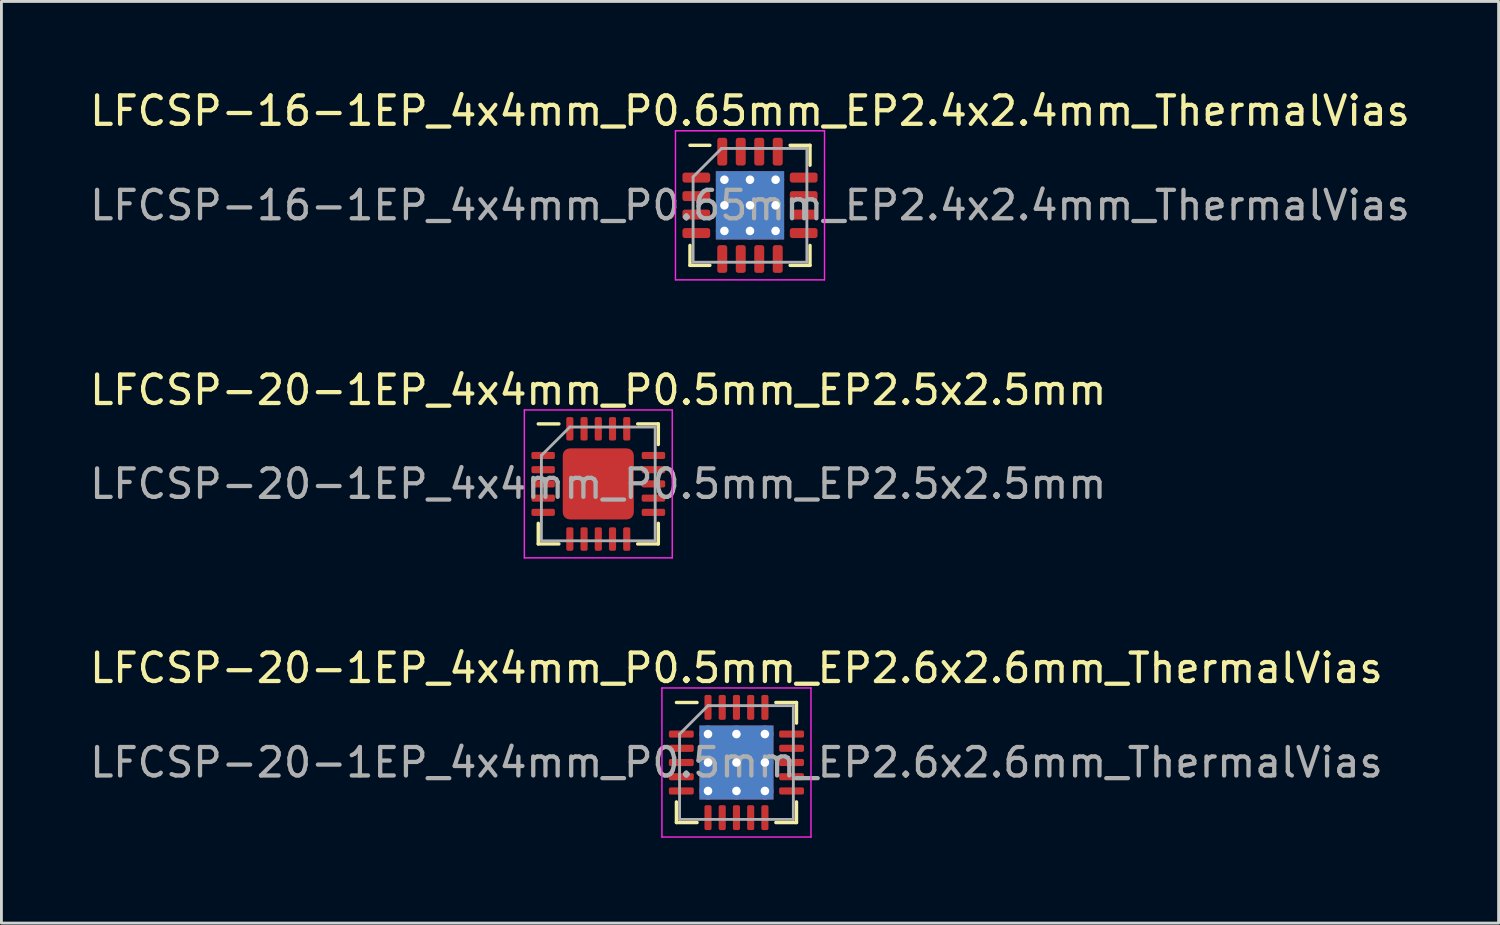
<source format=kicad_pcb>
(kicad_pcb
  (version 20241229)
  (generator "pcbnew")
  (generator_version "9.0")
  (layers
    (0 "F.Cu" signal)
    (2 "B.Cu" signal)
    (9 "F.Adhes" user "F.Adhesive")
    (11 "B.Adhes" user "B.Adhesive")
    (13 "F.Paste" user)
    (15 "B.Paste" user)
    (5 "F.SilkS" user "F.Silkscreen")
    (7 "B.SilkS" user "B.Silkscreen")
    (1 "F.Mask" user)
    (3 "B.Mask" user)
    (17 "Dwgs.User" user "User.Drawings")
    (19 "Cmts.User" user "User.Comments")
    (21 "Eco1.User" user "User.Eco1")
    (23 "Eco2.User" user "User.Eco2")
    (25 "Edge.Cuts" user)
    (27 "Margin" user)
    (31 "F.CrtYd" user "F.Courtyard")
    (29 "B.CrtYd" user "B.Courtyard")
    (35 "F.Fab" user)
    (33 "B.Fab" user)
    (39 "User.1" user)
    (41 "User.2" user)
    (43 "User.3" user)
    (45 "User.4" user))
  (footprint "LFCSP-16-1EP_4x4mm_P0.65mm_EP2.4x2.4mm_ThermalVias"
    (layer "F.Cu")
    (at 23.315 4.168)
    (property "Reference" "LFCSP-16-1EP_4x4mm_P0.65mm_EP2.4x2.4mm_ThermalVias" (at 0 -3.32 0) (layer "F.SilkS") (effects (font (size 1 1) (thickness 0.15))))
    (attr smd)
    (fp_line (start -2.11 2.11) (end -2.11 1.41) (stroke (width 0.12) (type solid)) (layer "F.SilkS"))
    (fp_line (start -1.41 -2.11) (end -2.11 -2.11) (stroke (width 0.12) (type solid)) (layer "F.SilkS"))
    (fp_line (start -1.41 2.11) (end -2.11 2.11) (stroke (width 0.12) (type solid)) (layer "F.SilkS"))
    (fp_line (start 1.41 -2.11) (end 2.11 -2.11) (stroke (width 0.12) (type solid)) (layer "F.SilkS"))
    (fp_line (start 1.41 2.11) (end 2.11 2.11) (stroke (width 0.12) (type solid)) (layer "F.SilkS"))
    (fp_line (start 2.11 -2.11) (end 2.11 -1.41) (stroke (width 0.12) (type solid)) (layer "F.SilkS"))
    (fp_line (start 2.11 2.11) (end 2.11 1.41) (stroke (width 0.12) (type solid)) (layer "F.SilkS"))
    (fp_line (start -2.62 -2.62) (end -2.62 2.62) (stroke (width 0.05) (type solid)) (layer "F.CrtYd"))
    (fp_line (start -2.62 2.62) (end 2.62 2.62) (stroke (width 0.05) (type solid)) (layer "F.CrtYd"))
    (fp_line (start 2.62 -2.62) (end -2.62 -2.62) (stroke (width 0.05) (type solid)) (layer "F.CrtYd"))
    (fp_line (start 2.62 2.62) (end 2.62 -2.62) (stroke (width 0.05) (type solid)) (layer "F.CrtYd"))
    (fp_line (start -2 -1) (end -1 -2) (stroke (width 0.1) (type solid)) (layer "F.Fab"))
    (fp_line (start -2 2) (end -2 -1) (stroke (width 0.1) (type solid)) (layer "F.Fab"))
    (fp_line (start -1 -2) (end 2 -2) (stroke (width 0.1) (type solid)) (layer "F.Fab"))
    (fp_line (start 2 -2) (end 2 2) (stroke (width 0.1) (type solid)) (layer "F.Fab"))
    (fp_line (start 2 2) (end -2 2) (stroke (width 0.1) (type solid)) (layer "F.Fab"))
    (fp_text user "${REFERENCE}" (at 0 0 0) (layer "F.Fab") (effects (font (size 1 1) (thickness 0.15))))
    (pad "" smd roundrect (at -0.6 -0.6) (size 1.04 1.04) (layers "F.Paste") (roundrect_rratio 0.24))
    (pad "" smd roundrect (at -0.6 0.6) (size 1.04 1.04) (layers "F.Paste") (roundrect_rratio 0.24))
    (pad "" smd roundrect (at 0.6 -0.6) (size 1.04 1.04) (layers "F.Paste") (roundrect_rratio 0.24))
    (pad "" smd roundrect (at 0.6 0.6) (size 1.04 1.04) (layers "F.Paste") (roundrect_rratio 0.24))
    (pad "1" smd roundrect (at -1.887 -0.975) (size 0.975 0.35) (layers "F.Cu" "F.Mask" "F.Paste") (roundrect_rratio 0.25))
    (pad "2" smd roundrect (at -1.887 -0.325) (size 0.975 0.35) (layers "F.Cu" "F.Mask" "F.Paste") (roundrect_rratio 0.25))
    (pad "3" smd roundrect (at -1.887 0.325) (size 0.975 0.35) (layers "F.Cu" "F.Mask" "F.Paste") (roundrect_rratio 0.25))
    (pad "4" smd roundrect (at -1.887 0.975) (size 0.975 0.35) (layers "F.Cu" "F.Mask" "F.Paste") (roundrect_rratio 0.25))
    (pad "5" smd roundrect (at -0.975 1.887) (size 0.35 0.975) (layers "F.Cu" "F.Mask" "F.Paste") (roundrect_rratio 0.25))
    (pad "6" smd roundrect (at -0.325 1.887) (size 0.35 0.975) (layers "F.Cu" "F.Mask" "F.Paste") (roundrect_rratio 0.25))
    (pad "7" smd roundrect (at 0.325 1.887) (size 0.35 0.975) (layers "F.Cu" "F.Mask" "F.Paste") (roundrect_rratio 0.25))
    (pad "8" smd roundrect (at 0.975 1.887) (size 0.35 0.975) (layers "F.Cu" "F.Mask" "F.Paste") (roundrect_rratio 0.25))
    (pad "9" smd roundrect (at 1.887 0.975) (size 0.975 0.35) (layers "F.Cu" "F.Mask" "F.Paste") (roundrect_rratio 0.25))
    (pad "10" smd roundrect (at 1.887 0.325) (size 0.975 0.35) (layers "F.Cu" "F.Mask" "F.Paste") (roundrect_rratio 0.25))
    (pad "11" smd roundrect (at 1.887 -0.325) (size 0.975 0.35) (layers "F.Cu" "F.Mask" "F.Paste") (roundrect_rratio 0.25))
    (pad "12" smd roundrect (at 1.887 -0.975) (size 0.975 0.35) (layers "F.Cu" "F.Mask" "F.Paste") (roundrect_rratio 0.25))
    (pad "13" smd roundrect (at 0.975 -1.887) (size 0.35 0.975) (layers "F.Cu" "F.Mask" "F.Paste") (roundrect_rratio 0.25))
    (pad "14" smd roundrect (at 0.325 -1.887) (size 0.35 0.975) (layers "F.Cu" "F.Mask" "F.Paste") (roundrect_rratio 0.25))
    (pad "15" smd roundrect (at -0.325 -1.887) (size 0.35 0.975) (layers "F.Cu" "F.Mask" "F.Paste") (roundrect_rratio 0.25))
    (pad "16" smd roundrect (at -0.975 -1.887) (size 0.35 0.975) (layers "F.Cu" "F.Mask" "F.Paste") (roundrect_rratio 0.25))
    (pad "17" thru_hole circle (at -0.9 -0.9) (size 0.6 0.6) (drill 0.3) (layers "*.Cu"))
    (pad "17" thru_hole circle (at -0.9 0) (size 0.6 0.6) (drill 0.3) (layers "*.Cu"))
    (pad "17" thru_hole circle (at -0.9 0.9) (size 0.6 0.6) (drill 0.3) (layers "*.Cu"))
    (pad "17" thru_hole circle (at 0 -0.9) (size 0.6 0.6) (drill 0.3) (layers "*.Cu"))
    (pad "17" thru_hole circle (at 0 0) (size 0.6 0.6) (drill 0.3) (layers "*.Cu"))
    (pad "17" smd rect (at 0 0) (size 2.4 2.4) (layers "F.Cu" "F.Mask"))
    (pad "17" smd rect (at 0 0) (size 2.4 2.4) (layers "B.Cu"))
    (pad "17" thru_hole circle (at 0 0.9) (size 0.6 0.6) (drill 0.3) (layers "*.Cu"))
    (pad "17" thru_hole circle (at 0.9 -0.9) (size 0.6 0.6) (drill 0.3) (layers "*.Cu"))
    (pad "17" thru_hole circle (at 0.9 0) (size 0.6 0.6) (drill 0.3) (layers "*.Cu"))
    (pad "17" thru_hole circle (at 0.9 0.9) (size 0.6 0.6) (drill 0.3) (layers "*.Cu")))
  (footprint "LFCSP-20-1EP_4x4mm_P0.5mm_EP2.6x2.6mm_ThermalVias"
    (layer "F.Cu")
    (at 22.839 23.755)
    (property "Reference" "LFCSP-20-1EP_4x4mm_P0.5mm_EP2.6x2.6mm_ThermalVias" (at 0 -3.32 0) (layer "F.SilkS") (effects (font (size 1 1) (thickness 0.15))))
    (attr smd)
    (fp_line (start -2.11 2.11) (end -2.11 1.385) (stroke (width 0.12) (type solid)) (layer "F.SilkS"))
    (fp_line (start -1.385 -2.11) (end -2.11 -2.11) (stroke (width 0.12) (type solid)) (layer "F.SilkS"))
    (fp_line (start -1.385 2.11) (end -2.11 2.11) (stroke (width 0.12) (type solid)) (layer "F.SilkS"))
    (fp_line (start 1.385 -2.11) (end 2.11 -2.11) (stroke (width 0.12) (type solid)) (layer "F.SilkS"))
    (fp_line (start 1.385 2.11) (end 2.11 2.11) (stroke (width 0.12) (type solid)) (layer "F.SilkS"))
    (fp_line (start 2.11 -2.11) (end 2.11 -1.385) (stroke (width 0.12) (type solid)) (layer "F.SilkS"))
    (fp_line (start 2.11 2.11) (end 2.11 1.385) (stroke (width 0.12) (type solid)) (layer "F.SilkS"))
    (fp_line (start -2.62 -2.62) (end -2.62 2.62) (stroke (width 0.05) (type solid)) (layer "F.CrtYd"))
    (fp_line (start -2.62 2.62) (end 2.62 2.62) (stroke (width 0.05) (type solid)) (layer "F.CrtYd"))
    (fp_line (start 2.62 -2.62) (end -2.62 -2.62) (stroke (width 0.05) (type solid)) (layer "F.CrtYd"))
    (fp_line (start 2.62 2.62) (end 2.62 -2.62) (stroke (width 0.05) (type solid)) (layer "F.CrtYd"))
    (fp_line (start -2 -1) (end -1 -2) (stroke (width 0.1) (type solid)) (layer "F.Fab"))
    (fp_line (start -2 2) (end -2 -1) (stroke (width 0.1) (type solid)) (layer "F.Fab"))
    (fp_line (start -1 -2) (end 2 -2) (stroke (width 0.1) (type solid)) (layer "F.Fab"))
    (fp_line (start 2 -2) (end 2 2) (stroke (width 0.1) (type solid)) (layer "F.Fab"))
    (fp_line (start 2 2) (end -2 2) (stroke (width 0.1) (type solid)) (layer "F.Fab"))
    (fp_text user "${REFERENCE}" (at 0 0 0) (layer "F.Fab") (effects (font (size 1 1) (thickness 0.15))))
    (pad "" smd roundrect (at -0.65 -0.65) (size 1.09 1.09) (layers "F.Paste") (roundrect_rratio 0.229))
    (pad "" smd roundrect (at -0.65 0.65) (size 1.09 1.09) (layers "F.Paste") (roundrect_rratio 0.229))
    (pad "" smd roundrect (at 0.65 -0.65) (size 1.09 1.09) (layers "F.Paste") (roundrect_rratio 0.229))
    (pad "" smd roundrect (at 0.65 0.65) (size 1.09 1.09) (layers "F.Paste") (roundrect_rratio 0.229))
    (pad "1" smd roundrect (at -1.938 -1) (size 0.875 0.25) (layers "F.Cu" "F.Mask" "F.Paste") (roundrect_rratio 0.25))
    (pad "2" smd roundrect (at -1.938 -0.5) (size 0.875 0.25) (layers "F.Cu" "F.Mask" "F.Paste") (roundrect_rratio 0.25))
    (pad "3" smd roundrect (at -1.938 0) (size 0.875 0.25) (layers "F.Cu" "F.Mask" "F.Paste") (roundrect_rratio 0.25))
    (pad "4" smd roundrect (at -1.938 0.5) (size 0.875 0.25) (layers "F.Cu" "F.Mask" "F.Paste") (roundrect_rratio 0.25))
    (pad "5" smd roundrect (at -1.938 1) (size 0.875 0.25) (layers "F.Cu" "F.Mask" "F.Paste") (roundrect_rratio 0.25))
    (pad "6" smd roundrect (at -1 1.938) (size 0.25 0.875) (layers "F.Cu" "F.Mask" "F.Paste") (roundrect_rratio 0.25))
    (pad "7" smd roundrect (at -0.5 1.938) (size 0.25 0.875) (layers "F.Cu" "F.Mask" "F.Paste") (roundrect_rratio 0.25))
    (pad "8" smd roundrect (at 0 1.938) (size 0.25 0.875) (layers "F.Cu" "F.Mask" "F.Paste") (roundrect_rratio 0.25))
    (pad "9" smd roundrect (at 0.5 1.938) (size 0.25 0.875) (layers "F.Cu" "F.Mask" "F.Paste") (roundrect_rratio 0.25))
    (pad "10" smd roundrect (at 1 1.938) (size 0.25 0.875) (layers "F.Cu" "F.Mask" "F.Paste") (roundrect_rratio 0.25))
    (pad "11" smd roundrect (at 1.938 1) (size 0.875 0.25) (layers "F.Cu" "F.Mask" "F.Paste") (roundrect_rratio 0.25))
    (pad "12" smd roundrect (at 1.938 0.5) (size 0.875 0.25) (layers "F.Cu" "F.Mask" "F.Paste") (roundrect_rratio 0.25))
    (pad "13" smd roundrect (at 1.938 0) (size 0.875 0.25) (layers "F.Cu" "F.Mask" "F.Paste") (roundrect_rratio 0.25))
    (pad "14" smd roundrect (at 1.938 -0.5) (size 0.875 0.25) (layers "F.Cu" "F.Mask" "F.Paste") (roundrect_rratio 0.25))
    (pad "15" smd roundrect (at 1.938 -1) (size 0.875 0.25) (layers "F.Cu" "F.Mask" "F.Paste") (roundrect_rratio 0.25))
    (pad "16" smd roundrect (at 1 -1.938) (size 0.25 0.875) (layers "F.Cu" "F.Mask" "F.Paste") (roundrect_rratio 0.25))
    (pad "17" smd roundrect (at 0.5 -1.938) (size 0.25 0.875) (layers "F.Cu" "F.Mask" "F.Paste") (roundrect_rratio 0.25))
    (pad "18" smd roundrect (at 0 -1.938) (size 0.25 0.875) (layers "F.Cu" "F.Mask" "F.Paste") (roundrect_rratio 0.25))
    (pad "19" smd roundrect (at -0.5 -1.938) (size 0.25 0.875) (layers "F.Cu" "F.Mask" "F.Paste") (roundrect_rratio 0.25))
    (pad "20" smd roundrect (at -1 -1.938) (size 0.25 0.875) (layers "F.Cu" "F.Mask" "F.Paste") (roundrect_rratio 0.25))
    (pad "21" thru_hole circle (at -1 -1) (size 0.6 0.6) (drill 0.3) (layers "*.Cu"))
    (pad "21" thru_hole circle (at -1 0) (size 0.6 0.6) (drill 0.3) (layers "*.Cu"))
    (pad "21" thru_hole circle (at -1 1) (size 0.6 0.6) (drill 0.3) (layers "*.Cu"))
    (pad "21" thru_hole circle (at 0 -1) (size 0.6 0.6) (drill 0.3) (layers "*.Cu"))
    (pad "21" thru_hole circle (at 0 0) (size 0.6 0.6) (drill 0.3) (layers "*.Cu"))
    (pad "21" smd rect (at 0 0) (size 2.6 2.6) (layers "F.Cu" "F.Mask"))
    (pad "21" smd rect (at 0 0) (size 2.6 2.6) (layers "B.Cu"))
    (pad "21" thru_hole circle (at 0 1) (size 0.6 0.6) (drill 0.3) (layers "*.Cu"))
    (pad "21" thru_hole circle (at 1 -1) (size 0.6 0.6) (drill 0.3) (layers "*.Cu"))
    (pad "21" thru_hole circle (at 1 0) (size 0.6 0.6) (drill 0.3) (layers "*.Cu"))
    (pad "21" thru_hole circle (at 1 1) (size 0.6 0.6) (drill 0.3) (layers "*.Cu")))
  (footprint "LFCSP-20-1EP_4x4mm_P0.5mm_EP2.5x2.5mm"
    (layer "F.Cu")
    (at 17.982 13.961)
    (property "Reference" "LFCSP-20-1EP_4x4mm_P0.5mm_EP2.5x2.5mm" (at 0 -3.3 0) (layer "F.SilkS") (effects (font (size 1 1) (thickness 0.15))))
    (attr smd)
    (fp_line (start -2.11 2.11) (end -2.11 1.385) (stroke (width 0.12) (type solid)) (layer "F.SilkS"))
    (fp_line (start -1.385 -2.11) (end -2.11 -2.11) (stroke (width 0.12) (type solid)) (layer "F.SilkS"))
    (fp_line (start -1.385 2.11) (end -2.11 2.11) (stroke (width 0.12) (type solid)) (layer "F.SilkS"))
    (fp_line (start 1.385 -2.11) (end 2.11 -2.11) (stroke (width 0.12) (type solid)) (layer "F.SilkS"))
    (fp_line (start 1.385 2.11) (end 2.11 2.11) (stroke (width 0.12) (type solid)) (layer "F.SilkS"))
    (fp_line (start 2.11 -2.11) (end 2.11 -1.385) (stroke (width 0.12) (type solid)) (layer "F.SilkS"))
    (fp_line (start 2.11 2.11) (end 2.11 1.385) (stroke (width 0.12) (type solid)) (layer "F.SilkS"))
    (fp_line (start -2.6 -2.6) (end -2.6 2.6) (stroke (width 0.05) (type solid)) (layer "F.CrtYd"))
    (fp_line (start -2.6 2.6) (end 2.6 2.6) (stroke (width 0.05) (type solid)) (layer "F.CrtYd"))
    (fp_line (start 2.6 -2.6) (end -2.6 -2.6) (stroke (width 0.05) (type solid)) (layer "F.CrtYd"))
    (fp_line (start 2.6 2.6) (end 2.6 -2.6) (stroke (width 0.05) (type solid)) (layer "F.CrtYd"))
    (fp_line (start -2 -1) (end -1 -2) (stroke (width 0.1) (type solid)) (layer "F.Fab"))
    (fp_line (start -2 2) (end -2 -1) (stroke (width 0.1) (type solid)) (layer "F.Fab"))
    (fp_line (start -1 -2) (end 2 -2) (stroke (width 0.1) (type solid)) (layer "F.Fab"))
    (fp_line (start 2 -2) (end 2 2) (stroke (width 0.1) (type solid)) (layer "F.Fab"))
    (fp_line (start 2 2) (end -2 2) (stroke (width 0.1) (type solid)) (layer "F.Fab"))
    (fp_text user "${REFERENCE}" (at 0 0 0) (layer "F.Fab") (effects (font (size 1 1) (thickness 0.15))))
    (pad "" smd roundrect (at -0.625 -0.625) (size 1.01 1.01) (layers "F.Paste") (roundrect_rratio 0.248))
    (pad "" smd roundrect (at -0.625 0.625) (size 1.01 1.01) (layers "F.Paste") (roundrect_rratio 0.248))
    (pad "" smd roundrect (at 0.625 -0.625) (size 1.01 1.01) (layers "F.Paste") (roundrect_rratio 0.248))
    (pad "" smd roundrect (at 0.625 0.625) (size 1.01 1.01) (layers "F.Paste") (roundrect_rratio 0.248))
    (pad "1" smd roundrect (at -1.938 -1) (size 0.825 0.25) (layers "F.Cu" "F.Mask" "F.Paste") (roundrect_rratio 0.25))
    (pad "2" smd roundrect (at -1.938 -0.5) (size 0.825 0.25) (layers "F.Cu" "F.Mask" "F.Paste") (roundrect_rratio 0.25))
    (pad "3" smd roundrect (at -1.938 0) (size 0.825 0.25) (layers "F.Cu" "F.Mask" "F.Paste") (roundrect_rratio 0.25))
    (pad "4" smd roundrect (at -1.938 0.5) (size 0.825 0.25) (layers "F.Cu" "F.Mask" "F.Paste") (roundrect_rratio 0.25))
    (pad "5" smd roundrect (at -1.938 1) (size 0.825 0.25) (layers "F.Cu" "F.Mask" "F.Paste") (roundrect_rratio 0.25))
    (pad "6" smd roundrect (at -1 1.938) (size 0.25 0.825) (layers "F.Cu" "F.Mask" "F.Paste") (roundrect_rratio 0.25))
    (pad "7" smd roundrect (at -0.5 1.938) (size 0.25 0.825) (layers "F.Cu" "F.Mask" "F.Paste") (roundrect_rratio 0.25))
    (pad "8" smd roundrect (at 0 1.938) (size 0.25 0.825) (layers "F.Cu" "F.Mask" "F.Paste") (roundrect_rratio 0.25))
    (pad "9" smd roundrect (at 0.5 1.938) (size 0.25 0.825) (layers "F.Cu" "F.Mask" "F.Paste") (roundrect_rratio 0.25))
    (pad "10" smd roundrect (at 1 1.938) (size 0.25 0.825) (layers "F.Cu" "F.Mask" "F.Paste") (roundrect_rratio 0.25))
    (pad "11" smd roundrect (at 1.938 1) (size 0.825 0.25) (layers "F.Cu" "F.Mask" "F.Paste") (roundrect_rratio 0.25))
    (pad "12" smd roundrect (at 1.938 0.5) (size 0.825 0.25) (layers "F.Cu" "F.Mask" "F.Paste") (roundrect_rratio 0.25))
    (pad "13" smd roundrect (at 1.938 0) (size 0.825 0.25) (layers "F.Cu" "F.Mask" "F.Paste") (roundrect_rratio 0.25))
    (pad "14" smd roundrect (at 1.938 -0.5) (size 0.825 0.25) (layers "F.Cu" "F.Mask" "F.Paste") (roundrect_rratio 0.25))
    (pad "15" smd roundrect (at 1.938 -1) (size 0.825 0.25) (layers "F.Cu" "F.Mask" "F.Paste") (roundrect_rratio 0.25))
    (pad "16" smd roundrect (at 1 -1.938) (size 0.25 0.825) (layers "F.Cu" "F.Mask" "F.Paste") (roundrect_rratio 0.25))
    (pad "17" smd roundrect (at 0.5 -1.938) (size 0.25 0.825) (layers "F.Cu" "F.Mask" "F.Paste") (roundrect_rratio 0.25))
    (pad "18" smd roundrect (at 0 -1.938) (size 0.25 0.825) (layers "F.Cu" "F.Mask" "F.Paste") (roundrect_rratio 0.25))
    (pad "19" smd roundrect (at -0.5 -1.938) (size 0.25 0.825) (layers "F.Cu" "F.Mask" "F.Paste") (roundrect_rratio 0.25))
    (pad "20" smd roundrect (at -1 -1.938) (size 0.25 0.825) (layers "F.Cu" "F.Mask" "F.Paste") (roundrect_rratio 0.25))
    (pad "21" smd roundrect (at 0 0) (size 2.5 2.5) (layers "F.Cu" "F.Mask") (roundrect_rratio 0.1)))
  (gr_rect
    (start -3 -3)
    (end 49.631 29.4)
    (stroke (width 0.1) (type default))
    (fill no)
    (layer "Edge.Cuts")))
</source>
